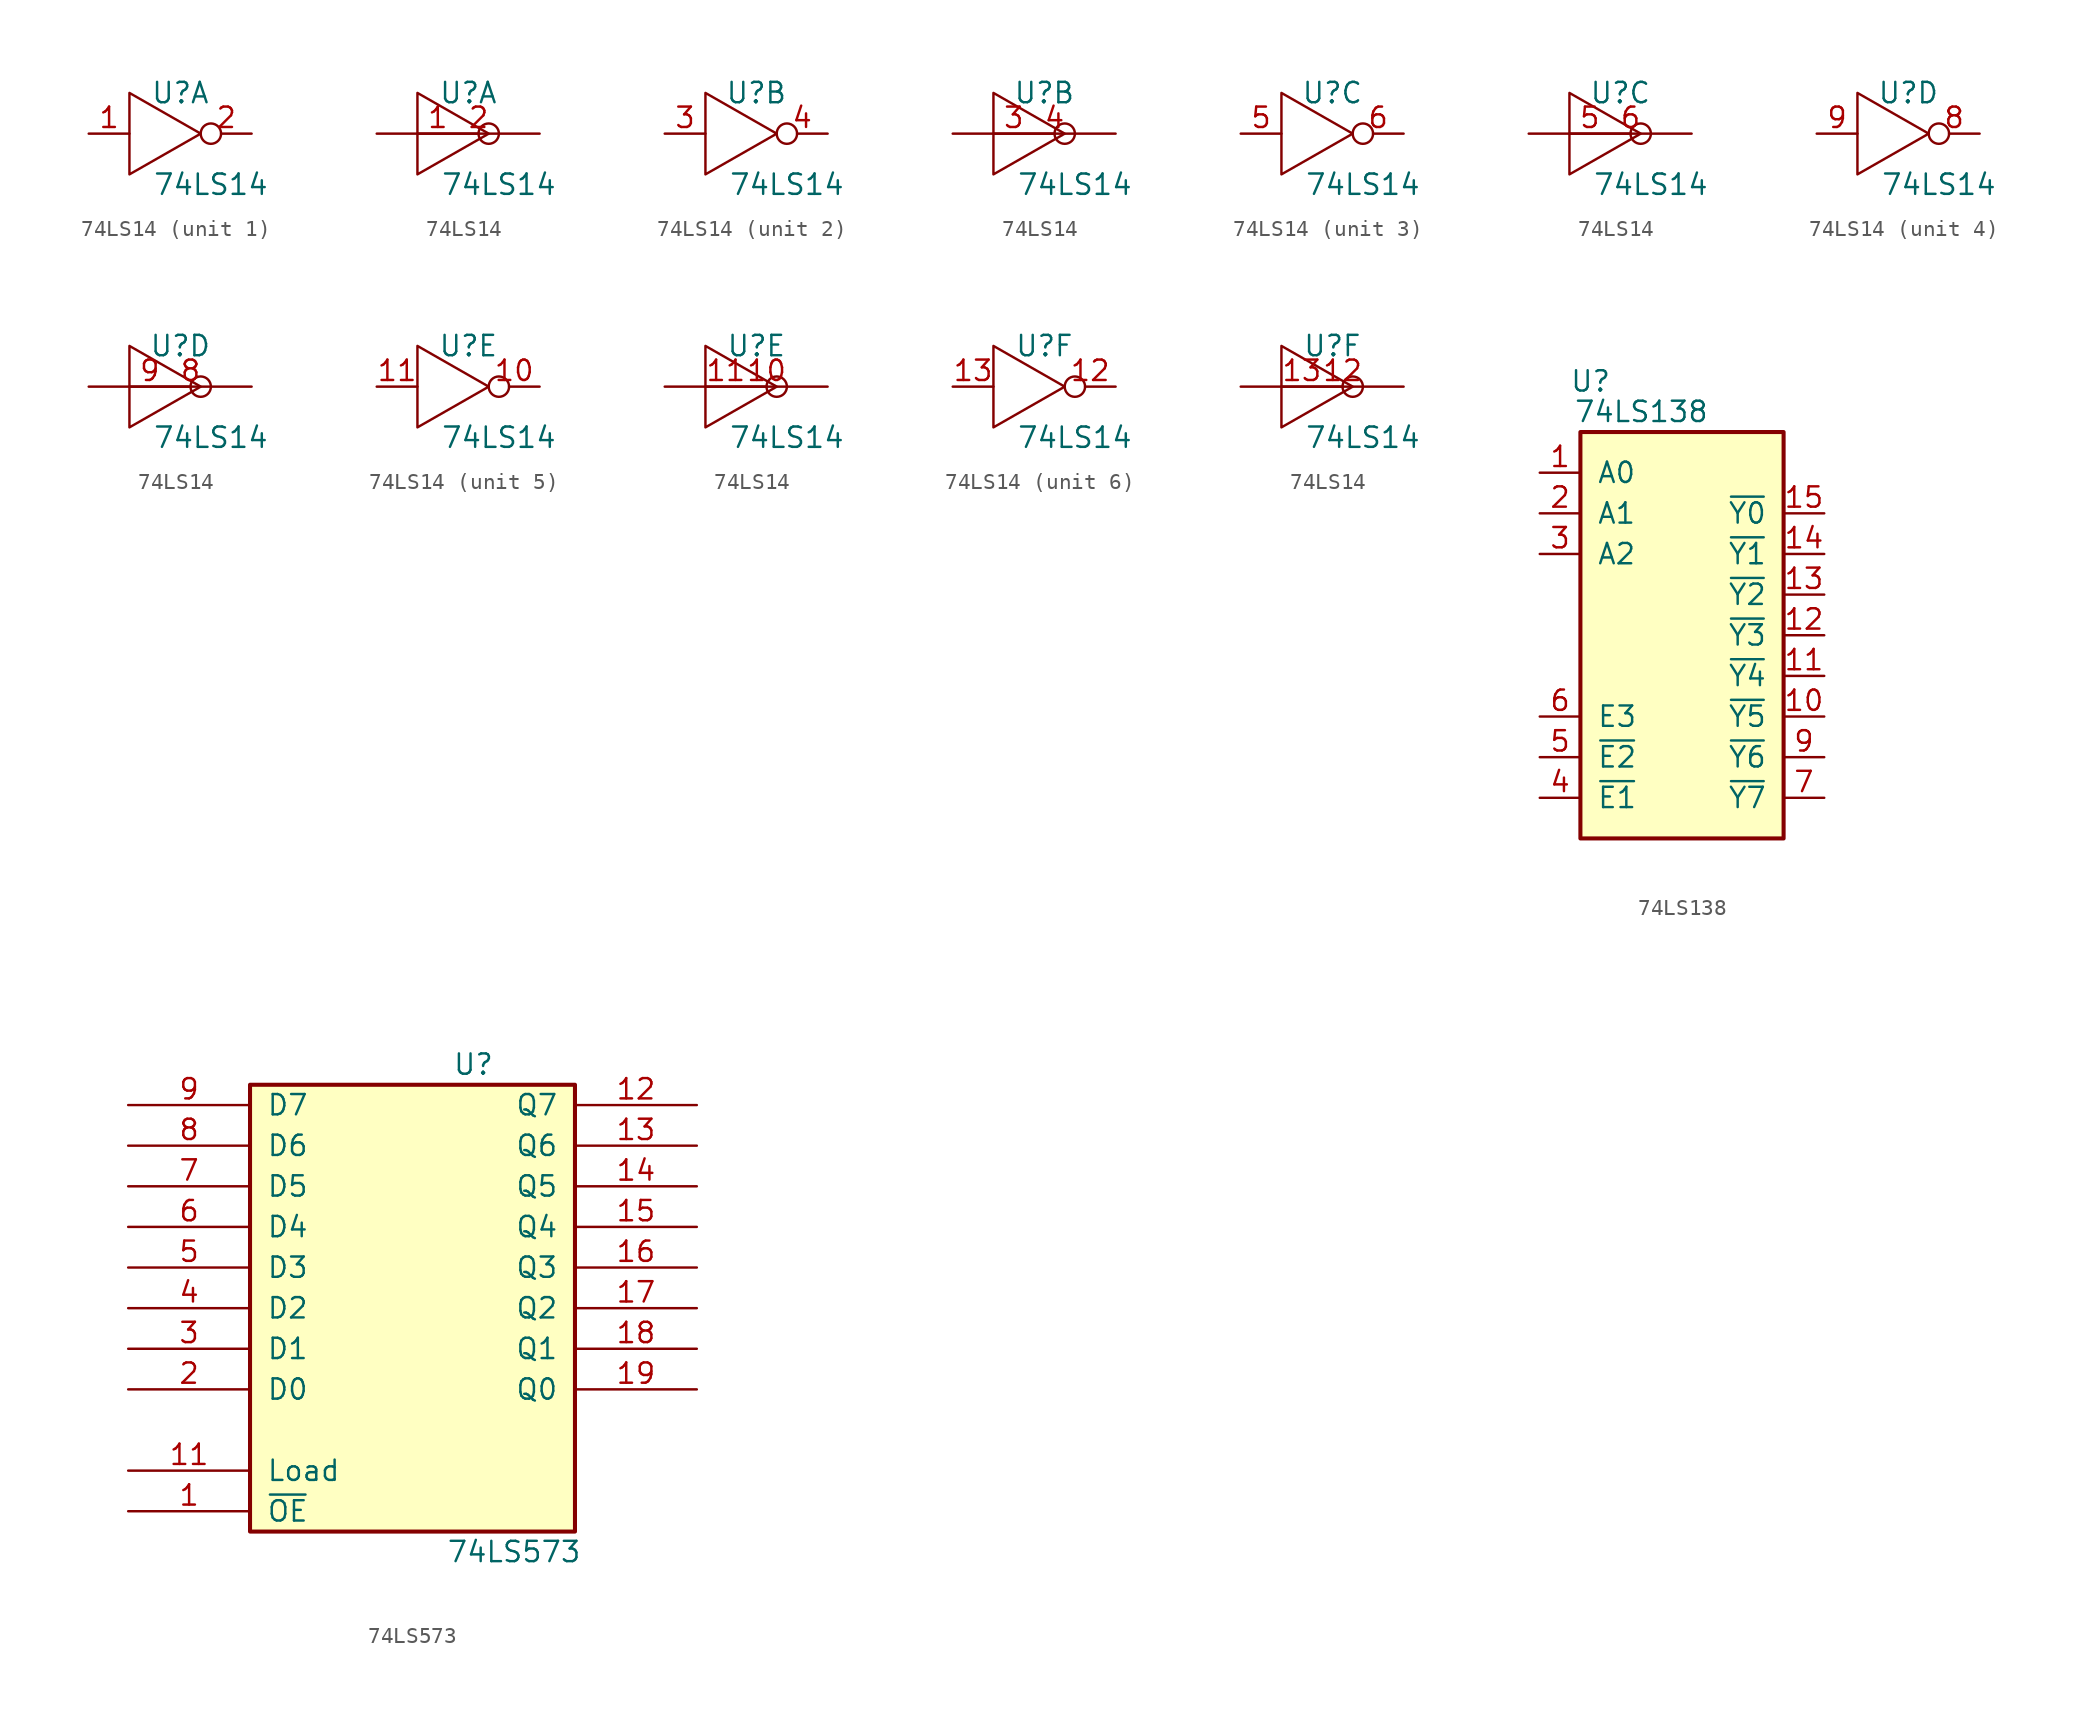
<source format=kicad_sym>
(kicad_symbol_lib
  (version 20211014)
  (generator kicad_symbol_editor)
  (symbol "74LS14"
    (pin_names
      (offset 0.762))
    (property "Reference" "U"
      (at 0.635 2.54 0)
      (effects (font (size 1.27 1.27))))
    (property "Value" "74LS14"
      (at 2.54 -3.175 0)
      (effects (font (size 1.27 1.27))))
    (property "Footprint" ""
      (at 0 0 0)
      (effects (font (size 1.27 1.27))))
    (property "Datasheet" ""
      (at 0 0 0)
      (effects (font (size 1.27 1.27))))
    (symbol "74LS14_0_0"
      (polyline (pts (xy -2.54 2.54) (xy -2.54 -2.54) (xy 1.905 0) (xy -2.54 2.54)) (stroke (width 0) (type default) (color 0 0 0 0)) (fill (type none)))
      (pin power_in line (at -1.27 1.905 270) (length 0) hide (name "VCC" (effects (font (size 0.508 0.508)))) (number "14" (effects (font (size 0.762 0.762)))))
      (pin power_in line (at -1.27 -1.905 90) (length 0) hide (name "GND" (effects (font (size 0.508 0.508)))) (number "7" (effects (font (size 0.762 0.762))))))
    (symbol "74LS14_1_1"
      (pin input line (at -5.08 0 0) (length 2.54) (name "~" (effects (font (size 1.27 1.27)))) (number "1" (effects (font (size 1.27 1.27)))))
      (pin output inverted (at 5.08 0 180) (length 3.175) (name "~" (effects (font (size 1.27 1.27)))) (number "2" (effects (font (size 1.27 1.27))))))
    (symbol "74LS14_1_2"
      (pin input inverted (at -5.08 0 0) (length 7.62) (name "~" (effects (font (size 1.27 1.27)))) (number "1" (effects (font (size 1.27 1.27)))))
      (pin output line (at 5.08 0 180) (length 7.62) (name "~" (effects (font (size 1.27 1.27)))) (number "2" (effects (font (size 1.27 1.27))))))
    (symbol "74LS14_2_1"
      (pin input line (at -5.08 0 0) (length 2.54) (name "~" (effects (font (size 1.27 1.27)))) (number "3" (effects (font (size 1.27 1.27)))))
      (pin output inverted (at 5.08 0 180) (length 3.175) (name "~" (effects (font (size 1.27 1.27)))) (number "4" (effects (font (size 1.27 1.27))))))
    (symbol "74LS14_2_2"
      (pin input inverted (at -5.08 0 0) (length 7.62) (name "~" (effects (font (size 1.27 1.27)))) (number "3" (effects (font (size 1.27 1.27)))))
      (pin output line (at 5.08 0 180) (length 7.62) (name "~" (effects (font (size 1.27 1.27)))) (number "4" (effects (font (size 1.27 1.27))))))
    (symbol "74LS14_3_1"
      (pin input line (at -5.08 0 0) (length 2.54) (name "~" (effects (font (size 1.27 1.27)))) (number "5" (effects (font (size 1.27 1.27)))))
      (pin output inverted (at 5.08 0 180) (length 3.175) (name "~" (effects (font (size 1.27 1.27)))) (number "6" (effects (font (size 1.27 1.27))))))
    (symbol "74LS14_3_2"
      (pin input inverted (at -5.08 0 0) (length 7.62) (name "~" (effects (font (size 1.27 1.27)))) (number "5" (effects (font (size 1.27 1.27)))))
      (pin output line (at 5.08 0 180) (length 7.62) (name "~" (effects (font (size 1.27 1.27)))) (number "6" (effects (font (size 1.27 1.27))))))
    (symbol "74LS14_4_1"
      (pin output inverted (at 5.08 0 180) (length 3.175) (name "~" (effects (font (size 1.27 1.27)))) (number "8" (effects (font (size 1.27 1.27)))))
      (pin input line (at -5.08 0 0) (length 2.54) (name "~" (effects (font (size 1.27 1.27)))) (number "9" (effects (font (size 1.27 1.27))))))
    (symbol "74LS14_4_2"
      (pin output line (at 5.08 0 180) (length 7.62) (name "~" (effects (font (size 1.27 1.27)))) (number "8" (effects (font (size 1.27 1.27)))))
      (pin input inverted (at -5.08 0 0) (length 7.62) (name "~" (effects (font (size 1.27 1.27)))) (number "9" (effects (font (size 1.27 1.27))))))
    (symbol "74LS14_5_1"
      (pin output inverted (at 5.08 0 180) (length 3.175) (name "~" (effects (font (size 1.27 1.27)))) (number "10" (effects (font (size 1.27 1.27)))))
      (pin input line (at -5.08 0 0) (length 2.54) (name "~" (effects (font (size 1.27 1.27)))) (number "11" (effects (font (size 1.27 1.27))))))
    (symbol "74LS14_5_2"
      (pin output line (at 5.08 0 180) (length 7.62) (name "~" (effects (font (size 1.27 1.27)))) (number "10" (effects (font (size 1.27 1.27)))))
      (pin input inverted (at -5.08 0 0) (length 7.62) (name "~" (effects (font (size 1.27 1.27)))) (number "11" (effects (font (size 1.27 1.27))))))
    (symbol "74LS14_6_1"
      (pin output inverted (at 5.08 0 180) (length 3.175) (name "~" (effects (font (size 1.27 1.27)))) (number "12" (effects (font (size 1.27 1.27)))))
      (pin input line (at -5.08 0 0) (length 2.54) (name "~" (effects (font (size 1.27 1.27)))) (number "13" (effects (font (size 1.27 1.27))))))
    (symbol "74LS14_6_2"
      (pin output line (at 5.08 0 180) (length 7.62) (name "~" (effects (font (size 1.27 1.27)))) (number "12" (effects (font (size 1.27 1.27)))))
      (pin input inverted (at -5.08 0 0) (length 7.62) (name "~" (effects (font (size 1.27 1.27)))) (number "13" (effects (font (size 1.27 1.27)))))))
  (symbol "74LS138"
    (pin_names
      (offset 1.016))
    (property "Reference" "U"
      (at -5.715 15.875 0)
      (effects (font (size 1.27 1.27))))
    (property "Value" "74LS138"
      (at -2.54 13.97 0)
      (effects (font (size 1.27 1.27))))
    (property "Footprint" ""
      (at 0 0 0)
      (effects (font (size 1.27 1.27))))
    (property "Datasheet" ""
      (at 0 0 0)
      (effects (font (size 1.27 1.27))))
    (symbol "74LS138_0_1"
      (rectangle (start -6.35 12.7) (end 6.35 -12.7) (stroke (width 0.254) (type default) (color 0 0 0 0)) (fill (type background))))
    (symbol "74LS138_1_1"
      (pin input line (at -8.89 10.16 0) (length 2.54) (name "A0" (effects (font (size 1.27 1.27)))) (number "1" (effects (font (size 1.27 1.27)))))
      (pin output line (at 8.89 -5.08 180) (length 2.54) (name "~{Y5}" (effects (font (size 1.27 1.27)))) (number "10" (effects (font (size 1.27 1.27)))))
      (pin output line (at 8.89 -2.54 180) (length 2.54) (name "~{Y4}" (effects (font (size 1.27 1.27)))) (number "11" (effects (font (size 1.27 1.27)))))
      (pin output line (at 8.89 0 180) (length 2.54) (name "~{Y3}" (effects (font (size 1.27 1.27)))) (number "12" (effects (font (size 1.27 1.27)))))
      (pin output line (at 8.89 2.54 180) (length 2.54) (name "~{Y2}" (effects (font (size 1.27 1.27)))) (number "13" (effects (font (size 1.27 1.27)))))
      (pin output line (at 8.89 5.08 180) (length 2.54) (name "~{Y1}" (effects (font (size 1.27 1.27)))) (number "14" (effects (font (size 1.27 1.27)))))
      (pin output line (at 8.89 7.62 180) (length 2.54) (name "~{Y0}" (effects (font (size 1.27 1.27)))) (number "15" (effects (font (size 1.27 1.27)))))
      (pin power_in line (at 0 12.7 270) (length 0) hide (name "VCC" (effects (font (size 1.27 1.27)))) (number "16" (effects (font (size 1.27 1.27)))))
      (pin input line (at -8.89 7.62 0) (length 2.54) (name "A1" (effects (font (size 1.27 1.27)))) (number "2" (effects (font (size 1.27 1.27)))))
      (pin input line (at -8.89 5.08 0) (length 2.54) (name "A2" (effects (font (size 1.27 1.27)))) (number "3" (effects (font (size 1.27 1.27)))))
      (pin input line (at -8.89 -10.16 0) (length 2.54) (name "~{E1}" (effects (font (size 1.27 1.27)))) (number "4" (effects (font (size 1.27 1.27)))))
      (pin input line (at -8.89 -7.62 0) (length 2.54) (name "~{E2}" (effects (font (size 1.27 1.27)))) (number "5" (effects (font (size 1.27 1.27)))))
      (pin input line (at -8.89 -5.08 0) (length 2.54) (name "E3" (effects (font (size 1.27 1.27)))) (number "6" (effects (font (size 1.27 1.27)))))
      (pin output line (at 8.89 -10.16 180) (length 2.54) (name "~{Y7}" (effects (font (size 1.27 1.27)))) (number "7" (effects (font (size 1.27 1.27)))))
      (pin power_in line (at 0 -12.7 90) (length 0) hide (name "GND" (effects (font (size 1.27 1.27)))) (number "8" (effects (font (size 1.27 1.27)))))
      (pin output line (at 8.89 -7.62 180) (length 2.54) (name "~{Y6}" (effects (font (size 1.27 1.27)))) (number "9" (effects (font (size 1.27 1.27)))))))
  (symbol "74LS573"
    (pin_names
      (offset 1.016))
    (property "Reference" "U"
      (at 3.81 15.24 0)
      (effects (font (size 1.27 1.27))))
    (property "Value" "74LS573"
      (at 6.35 -15.24 0)
      (effects (font (size 1.27 1.27))))
    (property "Footprint" ""
      (at 0 0 0)
      (effects (font (size 1.27 1.27))))
    (property "Datasheet" ""
      (at 0 0 0)
      (effects (font (size 1.27 1.27))))
    (symbol "74LS573_0_0"
      (pin power_in line (at 0 -13.97 90) (length 0) hide (name "GND" (effects (font (size 1.27 1.27)))) (number "10" (effects (font (size 1.27 1.27)))))
      (pin power_in line (at 0 13.97 270) (length 0) hide (name "VCC" (effects (font (size 1.27 1.27)))) (number "20" (effects (font (size 1.27 1.27))))))
    (symbol "74LS573_0_1"
      (rectangle (start -10.16 13.97) (end 10.16 -13.97) (stroke (width 0.254) (type default) (color 0 0 0 0)) (fill (type background))))
    (symbol "74LS573_1_1"
      (pin input line (at -17.78 -12.7 0) (length 7.62) (name "~{OE}" (effects (font (size 1.27 1.27)))) (number "1" (effects (font (size 1.27 1.27)))))
      (pin input line (at -17.78 -10.16 0) (length 7.62) (name "Load" (effects (font (size 1.27 1.27)))) (number "11" (effects (font (size 1.27 1.27)))))
      (pin tri_state line (at 17.78 12.7 180) (length 7.62) (name "Q7" (effects (font (size 1.27 1.27)))) (number "12" (effects (font (size 1.27 1.27)))))
      (pin tri_state line (at 17.78 10.16 180) (length 7.62) (name "Q6" (effects (font (size 1.27 1.27)))) (number "13" (effects (font (size 1.27 1.27)))))
      (pin tri_state line (at 17.78 7.62 180) (length 7.62) (name "Q5" (effects (font (size 1.27 1.27)))) (number "14" (effects (font (size 1.27 1.27)))))
      (pin tri_state line (at 17.78 5.08 180) (length 7.62) (name "Q4" (effects (font (size 1.27 1.27)))) (number "15" (effects (font (size 1.27 1.27)))))
      (pin tri_state line (at 17.78 2.54 180) (length 7.62) (name "Q3" (effects (font (size 1.27 1.27)))) (number "16" (effects (font (size 1.27 1.27)))))
      (pin tri_state line (at 17.78 0 180) (length 7.62) (name "Q2" (effects (font (size 1.27 1.27)))) (number "17" (effects (font (size 1.27 1.27)))))
      (pin tri_state line (at 17.78 -2.54 180) (length 7.62) (name "Q1" (effects (font (size 1.27 1.27)))) (number "18" (effects (font (size 1.27 1.27)))))
      (pin tri_state line (at 17.78 -5.08 180) (length 7.62) (name "Q0" (effects (font (size 1.27 1.27)))) (number "19" (effects (font (size 1.27 1.27)))))
      (pin input line (at -17.78 -5.08 0) (length 7.62) (name "D0" (effects (font (size 1.27 1.27)))) (number "2" (effects (font (size 1.27 1.27)))))
      (pin input line (at -17.78 -2.54 0) (length 7.62) (name "D1" (effects (font (size 1.27 1.27)))) (number "3" (effects (font (size 1.27 1.27)))))
      (pin input line (at -17.78 0 0) (length 7.62) (name "D2" (effects (font (size 1.27 1.27)))) (number "4" (effects (font (size 1.27 1.27)))))
      (pin input line (at -17.78 2.54 0) (length 7.62) (name "D3" (effects (font (size 1.27 1.27)))) (number "5" (effects (font (size 1.27 1.27)))))
      (pin input line (at -17.78 5.08 0) (length 7.62) (name "D4" (effects (font (size 1.27 1.27)))) (number "6" (effects (font (size 1.27 1.27)))))
      (pin input line (at -17.78 7.62 0) (length 7.62) (name "D5" (effects (font (size 1.27 1.27)))) (number "7" (effects (font (size 1.27 1.27)))))
      (pin input line (at -17.78 10.16 0) (length 7.62) (name "D6" (effects (font (size 1.27 1.27)))) (number "8" (effects (font (size 1.27 1.27)))))
      (pin input line (at -17.78 12.7 0) (length 7.62) (name "D7" (effects (font (size 1.27 1.27)))) (number "9" (effects (font (size 1.27 1.27))))))))
</source>
